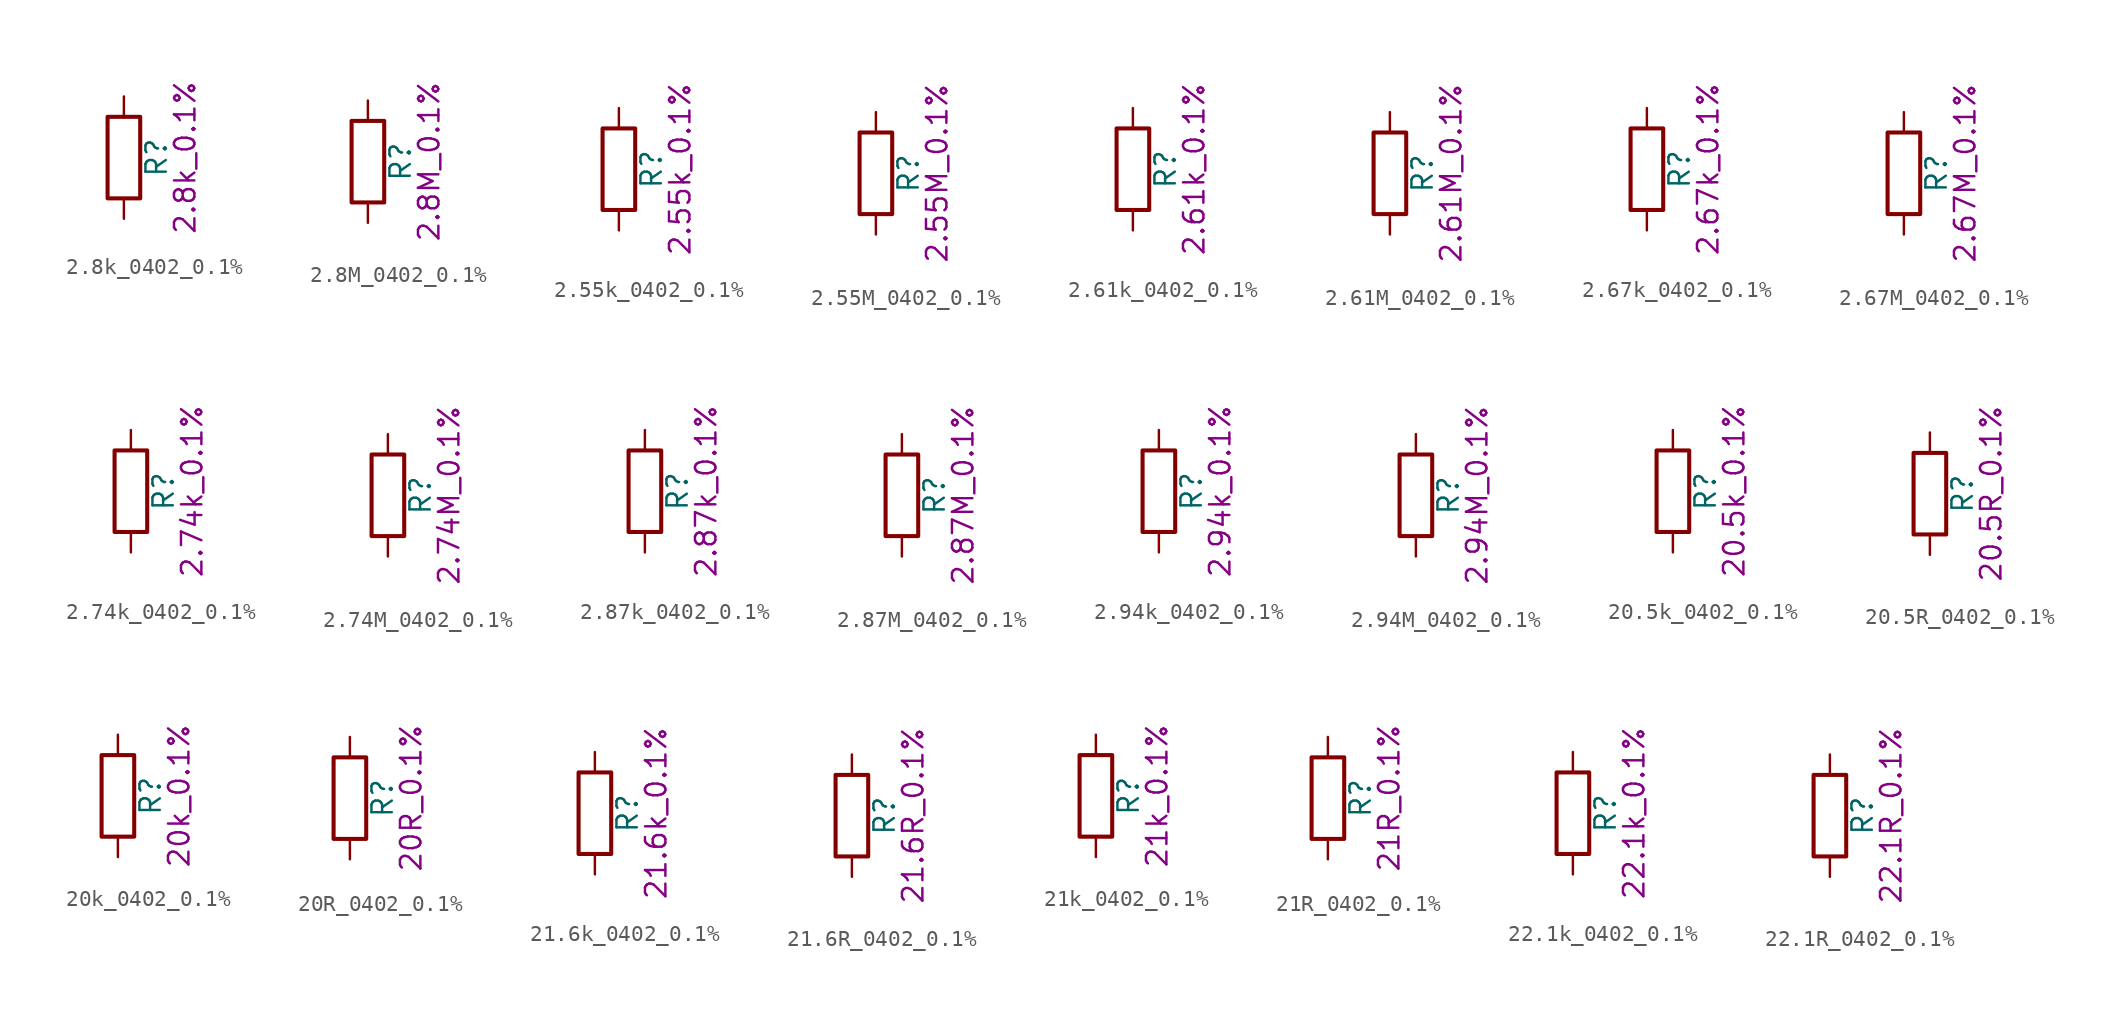
<source format=kicad_sym>
(kicad_symbol_lib
  (version 20211014)
  (generator kicad_symbol_editor)
  (symbol "2.8k_0402_0.1%"
    (pin_numbers hide)
    (pin_names
      (offset 0))
    (property "Reference" "R"
      (at 2.032 0 90)
      (effects (font (size 1.27 1.27))))
    (property "Display" "2.8k_0.1%"
      (at 3.81 0 90)
      (effects (font (size 1.27 1.27))))
    (symbol "2.8k_0402_0.1%_0_1"
      (rectangle (start -1.016 -2.54) (end 1.016 2.54) (stroke (width 0.254) (type default) (color 0 0 0 0)) (fill (type none))))
    (symbol "2.8k_0402_0.1%_1_1"
      (pin passive line (at 0 3.81 270) (length 1.27) (name "~" (effects (font (size 1.27 1.27)))) (number "1" (effects (font (size 1.27 1.27)))))
      (pin passive line (at 0 -3.81 90) (length 1.27) (name "~" (effects (font (size 1.27 1.27)))) (number "2" (effects (font (size 1.27 1.27)))))))
  (symbol "2.8M_0402_0.1%"
    (pin_numbers hide)
    (pin_names
      (offset 0))
    (property "Reference" "R"
      (at 2.032 0 90)
      (effects (font (size 1.27 1.27))))
    (property "Display" "2.8M_0.1%"
      (at 3.81 0 90)
      (effects (font (size 1.27 1.27))))
    (symbol "2.8M_0402_0.1%_0_1"
      (rectangle (start -1.016 -2.54) (end 1.016 2.54) (stroke (width 0.254) (type default) (color 0 0 0 0)) (fill (type none))))
    (symbol "2.8M_0402_0.1%_1_1"
      (pin passive line (at 0 3.81 270) (length 1.27) (name "~" (effects (font (size 1.27 1.27)))) (number "1" (effects (font (size 1.27 1.27)))))
      (pin passive line (at 0 -3.81 90) (length 1.27) (name "~" (effects (font (size 1.27 1.27)))) (number "2" (effects (font (size 1.27 1.27)))))))
  (symbol "2.55k_0402_0.1%"
    (pin_numbers hide)
    (pin_names
      (offset 0))
    (property "Reference" "R"
      (at 2.032 0 90)
      (effects (font (size 1.27 1.27))))
    (property "Display" "2.55k_0.1%"
      (at 3.81 0 90)
      (effects (font (size 1.27 1.27))))
    (symbol "2.55k_0402_0.1%_0_1"
      (rectangle (start -1.016 -2.54) (end 1.016 2.54) (stroke (width 0.254) (type default) (color 0 0 0 0)) (fill (type none))))
    (symbol "2.55k_0402_0.1%_1_1"
      (pin passive line (at 0 3.81 270) (length 1.27) (name "~" (effects (font (size 1.27 1.27)))) (number "1" (effects (font (size 1.27 1.27)))))
      (pin passive line (at 0 -3.81 90) (length 1.27) (name "~" (effects (font (size 1.27 1.27)))) (number "2" (effects (font (size 1.27 1.27)))))))
  (symbol "2.55M_0402_0.1%"
    (pin_numbers hide)
    (pin_names
      (offset 0))
    (property "Reference" "R"
      (at 2.032 0 90)
      (effects (font (size 1.27 1.27))))
    (property "Display" "2.55M_0.1%"
      (at 3.81 0 90)
      (effects (font (size 1.27 1.27))))
    (symbol "2.55M_0402_0.1%_0_1"
      (rectangle (start -1.016 -2.54) (end 1.016 2.54) (stroke (width 0.254) (type default) (color 0 0 0 0)) (fill (type none))))
    (symbol "2.55M_0402_0.1%_1_1"
      (pin passive line (at 0 3.81 270) (length 1.27) (name "~" (effects (font (size 1.27 1.27)))) (number "1" (effects (font (size 1.27 1.27)))))
      (pin passive line (at 0 -3.81 90) (length 1.27) (name "~" (effects (font (size 1.27 1.27)))) (number "2" (effects (font (size 1.27 1.27)))))))
  (symbol "2.61k_0402_0.1%"
    (pin_numbers hide)
    (pin_names
      (offset 0))
    (property "Reference" "R"
      (at 2.032 0 90)
      (effects (font (size 1.27 1.27))))
    (property "Display" "2.61k_0.1%"
      (at 3.81 0 90)
      (effects (font (size 1.27 1.27))))
    (symbol "2.61k_0402_0.1%_0_1"
      (rectangle (start -1.016 -2.54) (end 1.016 2.54) (stroke (width 0.254) (type default) (color 0 0 0 0)) (fill (type none))))
    (symbol "2.61k_0402_0.1%_1_1"
      (pin passive line (at 0 3.81 270) (length 1.27) (name "~" (effects (font (size 1.27 1.27)))) (number "1" (effects (font (size 1.27 1.27)))))
      (pin passive line (at 0 -3.81 90) (length 1.27) (name "~" (effects (font (size 1.27 1.27)))) (number "2" (effects (font (size 1.27 1.27)))))))
  (symbol "2.61M_0402_0.1%"
    (pin_numbers hide)
    (pin_names
      (offset 0))
    (property "Reference" "R"
      (at 2.032 0 90)
      (effects (font (size 1.27 1.27))))
    (property "Display" "2.61M_0.1%"
      (at 3.81 0 90)
      (effects (font (size 1.27 1.27))))
    (symbol "2.61M_0402_0.1%_0_1"
      (rectangle (start -1.016 -2.54) (end 1.016 2.54) (stroke (width 0.254) (type default) (color 0 0 0 0)) (fill (type none))))
    (symbol "2.61M_0402_0.1%_1_1"
      (pin passive line (at 0 3.81 270) (length 1.27) (name "~" (effects (font (size 1.27 1.27)))) (number "1" (effects (font (size 1.27 1.27)))))
      (pin passive line (at 0 -3.81 90) (length 1.27) (name "~" (effects (font (size 1.27 1.27)))) (number "2" (effects (font (size 1.27 1.27)))))))
  (symbol "2.67k_0402_0.1%"
    (pin_numbers hide)
    (pin_names
      (offset 0))
    (property "Reference" "R"
      (at 2.032 0 90)
      (effects (font (size 1.27 1.27))))
    (property "Display" "2.67k_0.1%"
      (at 3.81 0 90)
      (effects (font (size 1.27 1.27))))
    (symbol "2.67k_0402_0.1%_0_1"
      (rectangle (start -1.016 -2.54) (end 1.016 2.54) (stroke (width 0.254) (type default) (color 0 0 0 0)) (fill (type none))))
    (symbol "2.67k_0402_0.1%_1_1"
      (pin passive line (at 0 3.81 270) (length 1.27) (name "~" (effects (font (size 1.27 1.27)))) (number "1" (effects (font (size 1.27 1.27)))))
      (pin passive line (at 0 -3.81 90) (length 1.27) (name "~" (effects (font (size 1.27 1.27)))) (number "2" (effects (font (size 1.27 1.27)))))))
  (symbol "2.67M_0402_0.1%"
    (pin_numbers hide)
    (pin_names
      (offset 0))
    (property "Reference" "R"
      (at 2.032 0 90)
      (effects (font (size 1.27 1.27))))
    (property "Display" "2.67M_0.1%"
      (at 3.81 0 90)
      (effects (font (size 1.27 1.27))))
    (symbol "2.67M_0402_0.1%_0_1"
      (rectangle (start -1.016 -2.54) (end 1.016 2.54) (stroke (width 0.254) (type default) (color 0 0 0 0)) (fill (type none))))
    (symbol "2.67M_0402_0.1%_1_1"
      (pin passive line (at 0 3.81 270) (length 1.27) (name "~" (effects (font (size 1.27 1.27)))) (number "1" (effects (font (size 1.27 1.27)))))
      (pin passive line (at 0 -3.81 90) (length 1.27) (name "~" (effects (font (size 1.27 1.27)))) (number "2" (effects (font (size 1.27 1.27)))))))
  (symbol "2.74k_0402_0.1%"
    (pin_numbers hide)
    (pin_names
      (offset 0))
    (property "Reference" "R"
      (at 2.032 0 90)
      (effects (font (size 1.27 1.27))))
    (property "Display" "2.74k_0.1%"
      (at 3.81 0 90)
      (effects (font (size 1.27 1.27))))
    (symbol "2.74k_0402_0.1%_0_1"
      (rectangle (start -1.016 -2.54) (end 1.016 2.54) (stroke (width 0.254) (type default) (color 0 0 0 0)) (fill (type none))))
    (symbol "2.74k_0402_0.1%_1_1"
      (pin passive line (at 0 3.81 270) (length 1.27) (name "~" (effects (font (size 1.27 1.27)))) (number "1" (effects (font (size 1.27 1.27)))))
      (pin passive line (at 0 -3.81 90) (length 1.27) (name "~" (effects (font (size 1.27 1.27)))) (number "2" (effects (font (size 1.27 1.27)))))))
  (symbol "2.74M_0402_0.1%"
    (pin_numbers hide)
    (pin_names
      (offset 0))
    (property "Reference" "R"
      (at 2.032 0 90)
      (effects (font (size 1.27 1.27))))
    (property "Display" "2.74M_0.1%"
      (at 3.81 0 90)
      (effects (font (size 1.27 1.27))))
    (symbol "2.74M_0402_0.1%_0_1"
      (rectangle (start -1.016 -2.54) (end 1.016 2.54) (stroke (width 0.254) (type default) (color 0 0 0 0)) (fill (type none))))
    (symbol "2.74M_0402_0.1%_1_1"
      (pin passive line (at 0 3.81 270) (length 1.27) (name "~" (effects (font (size 1.27 1.27)))) (number "1" (effects (font (size 1.27 1.27)))))
      (pin passive line (at 0 -3.81 90) (length 1.27) (name "~" (effects (font (size 1.27 1.27)))) (number "2" (effects (font (size 1.27 1.27)))))))
  (symbol "2.87k_0402_0.1%"
    (pin_numbers hide)
    (pin_names
      (offset 0))
    (property "Reference" "R"
      (at 2.032 0 90)
      (effects (font (size 1.27 1.27))))
    (property "Display" "2.87k_0.1%"
      (at 3.81 0 90)
      (effects (font (size 1.27 1.27))))
    (symbol "2.87k_0402_0.1%_0_1"
      (rectangle (start -1.016 -2.54) (end 1.016 2.54) (stroke (width 0.254) (type default) (color 0 0 0 0)) (fill (type none))))
    (symbol "2.87k_0402_0.1%_1_1"
      (pin passive line (at 0 3.81 270) (length 1.27) (name "~" (effects (font (size 1.27 1.27)))) (number "1" (effects (font (size 1.27 1.27)))))
      (pin passive line (at 0 -3.81 90) (length 1.27) (name "~" (effects (font (size 1.27 1.27)))) (number "2" (effects (font (size 1.27 1.27)))))))
  (symbol "2.87M_0402_0.1%"
    (pin_numbers hide)
    (pin_names
      (offset 0))
    (property "Reference" "R"
      (at 2.032 0 90)
      (effects (font (size 1.27 1.27))))
    (property "Display" "2.87M_0.1%"
      (at 3.81 0 90)
      (effects (font (size 1.27 1.27))))
    (symbol "2.87M_0402_0.1%_0_1"
      (rectangle (start -1.016 -2.54) (end 1.016 2.54) (stroke (width 0.254) (type default) (color 0 0 0 0)) (fill (type none))))
    (symbol "2.87M_0402_0.1%_1_1"
      (pin passive line (at 0 3.81 270) (length 1.27) (name "~" (effects (font (size 1.27 1.27)))) (number "1" (effects (font (size 1.27 1.27)))))
      (pin passive line (at 0 -3.81 90) (length 1.27) (name "~" (effects (font (size 1.27 1.27)))) (number "2" (effects (font (size 1.27 1.27)))))))
  (symbol "2.94k_0402_0.1%"
    (pin_numbers hide)
    (pin_names
      (offset 0))
    (property "Reference" "R"
      (at 2.032 0 90)
      (effects (font (size 1.27 1.27))))
    (property "Display" "2.94k_0.1%"
      (at 3.81 0 90)
      (effects (font (size 1.27 1.27))))
    (symbol "2.94k_0402_0.1%_0_1"
      (rectangle (start -1.016 -2.54) (end 1.016 2.54) (stroke (width 0.254) (type default) (color 0 0 0 0)) (fill (type none))))
    (symbol "2.94k_0402_0.1%_1_1"
      (pin passive line (at 0 3.81 270) (length 1.27) (name "~" (effects (font (size 1.27 1.27)))) (number "1" (effects (font (size 1.27 1.27)))))
      (pin passive line (at 0 -3.81 90) (length 1.27) (name "~" (effects (font (size 1.27 1.27)))) (number "2" (effects (font (size 1.27 1.27)))))))
  (symbol "2.94M_0402_0.1%"
    (pin_numbers hide)
    (pin_names
      (offset 0))
    (property "Reference" "R"
      (at 2.032 0 90)
      (effects (font (size 1.27 1.27))))
    (property "Display" "2.94M_0.1%"
      (at 3.81 0 90)
      (effects (font (size 1.27 1.27))))
    (symbol "2.94M_0402_0.1%_0_1"
      (rectangle (start -1.016 -2.54) (end 1.016 2.54) (stroke (width 0.254) (type default) (color 0 0 0 0)) (fill (type none))))
    (symbol "2.94M_0402_0.1%_1_1"
      (pin passive line (at 0 3.81 270) (length 1.27) (name "~" (effects (font (size 1.27 1.27)))) (number "1" (effects (font (size 1.27 1.27)))))
      (pin passive line (at 0 -3.81 90) (length 1.27) (name "~" (effects (font (size 1.27 1.27)))) (number "2" (effects (font (size 1.27 1.27)))))))
  (symbol "20.5k_0402_0.1%"
    (pin_numbers hide)
    (pin_names
      (offset 0))
    (property "Reference" "R"
      (at 2.032 0 90)
      (effects (font (size 1.27 1.27))))
    (property "Display" "20.5k_0.1%"
      (at 3.81 0 90)
      (effects (font (size 1.27 1.27))))
    (symbol "20.5k_0402_0.1%_0_1"
      (rectangle (start -1.016 -2.54) (end 1.016 2.54) (stroke (width 0.254) (type default) (color 0 0 0 0)) (fill (type none))))
    (symbol "20.5k_0402_0.1%_1_1"
      (pin passive line (at 0 3.81 270) (length 1.27) (name "~" (effects (font (size 1.27 1.27)))) (number "1" (effects (font (size 1.27 1.27)))))
      (pin passive line (at 0 -3.81 90) (length 1.27) (name "~" (effects (font (size 1.27 1.27)))) (number "2" (effects (font (size 1.27 1.27)))))))
  (symbol "20.5R_0402_0.1%"
    (pin_numbers hide)
    (pin_names
      (offset 0))
    (property "Reference" "R"
      (at 2.032 0 90)
      (effects (font (size 1.27 1.27))))
    (property "Display" "20.5R_0.1%"
      (at 3.81 0 90)
      (effects (font (size 1.27 1.27))))
    (symbol "20.5R_0402_0.1%_0_1"
      (rectangle (start -1.016 -2.54) (end 1.016 2.54) (stroke (width 0.254) (type default) (color 0 0 0 0)) (fill (type none))))
    (symbol "20.5R_0402_0.1%_1_1"
      (pin passive line (at 0 3.81 270) (length 1.27) (name "~" (effects (font (size 1.27 1.27)))) (number "1" (effects (font (size 1.27 1.27)))))
      (pin passive line (at 0 -3.81 90) (length 1.27) (name "~" (effects (font (size 1.27 1.27)))) (number "2" (effects (font (size 1.27 1.27)))))))
  (symbol "20k_0402_0.1%"
    (pin_numbers hide)
    (pin_names
      (offset 0))
    (property "Reference" "R"
      (at 2.032 0 90)
      (effects (font (size 1.27 1.27))))
    (property "Display" "20k_0.1%"
      (at 3.81 0 90)
      (effects (font (size 1.27 1.27))))
    (symbol "20k_0402_0.1%_0_1"
      (rectangle (start -1.016 -2.54) (end 1.016 2.54) (stroke (width 0.254) (type default) (color 0 0 0 0)) (fill (type none))))
    (symbol "20k_0402_0.1%_1_1"
      (pin passive line (at 0 3.81 270) (length 1.27) (name "~" (effects (font (size 1.27 1.27)))) (number "1" (effects (font (size 1.27 1.27)))))
      (pin passive line (at 0 -3.81 90) (length 1.27) (name "~" (effects (font (size 1.27 1.27)))) (number "2" (effects (font (size 1.27 1.27)))))))
  (symbol "20R_0402_0.1%"
    (pin_numbers hide)
    (pin_names
      (offset 0))
    (property "Reference" "R"
      (at 2.032 0 90)
      (effects (font (size 1.27 1.27))))
    (property "Display" "20R_0.1%"
      (at 3.81 0 90)
      (effects (font (size 1.27 1.27))))
    (symbol "20R_0402_0.1%_0_1"
      (rectangle (start -1.016 -2.54) (end 1.016 2.54) (stroke (width 0.254) (type default) (color 0 0 0 0)) (fill (type none))))
    (symbol "20R_0402_0.1%_1_1"
      (pin passive line (at 0 3.81 270) (length 1.27) (name "~" (effects (font (size 1.27 1.27)))) (number "1" (effects (font (size 1.27 1.27)))))
      (pin passive line (at 0 -3.81 90) (length 1.27) (name "~" (effects (font (size 1.27 1.27)))) (number "2" (effects (font (size 1.27 1.27)))))))
  (symbol "21.6k_0402_0.1%"
    (pin_numbers hide)
    (pin_names
      (offset 0))
    (property "Reference" "R"
      (at 2.032 0 90)
      (effects (font (size 1.27 1.27))))
    (property "Display" "21.6k_0.1%"
      (at 3.81 0 90)
      (effects (font (size 1.27 1.27))))
    (symbol "21.6k_0402_0.1%_0_1"
      (rectangle (start -1.016 -2.54) (end 1.016 2.54) (stroke (width 0.254) (type default) (color 0 0 0 0)) (fill (type none))))
    (symbol "21.6k_0402_0.1%_1_1"
      (pin passive line (at 0 3.81 270) (length 1.27) (name "~" (effects (font (size 1.27 1.27)))) (number "1" (effects (font (size 1.27 1.27)))))
      (pin passive line (at 0 -3.81 90) (length 1.27) (name "~" (effects (font (size 1.27 1.27)))) (number "2" (effects (font (size 1.27 1.27)))))))
  (symbol "21.6R_0402_0.1%"
    (pin_numbers hide)
    (pin_names
      (offset 0))
    (property "Reference" "R"
      (at 2.032 0 90)
      (effects (font (size 1.27 1.27))))
    (property "Display" "21.6R_0.1%"
      (at 3.81 0 90)
      (effects (font (size 1.27 1.27))))
    (symbol "21.6R_0402_0.1%_0_1"
      (rectangle (start -1.016 -2.54) (end 1.016 2.54) (stroke (width 0.254) (type default) (color 0 0 0 0)) (fill (type none))))
    (symbol "21.6R_0402_0.1%_1_1"
      (pin passive line (at 0 3.81 270) (length 1.27) (name "~" (effects (font (size 1.27 1.27)))) (number "1" (effects (font (size 1.27 1.27)))))
      (pin passive line (at 0 -3.81 90) (length 1.27) (name "~" (effects (font (size 1.27 1.27)))) (number "2" (effects (font (size 1.27 1.27)))))))
  (symbol "21k_0402_0.1%"
    (pin_numbers hide)
    (pin_names
      (offset 0))
    (property "Reference" "R"
      (at 2.032 0 90)
      (effects (font (size 1.27 1.27))))
    (property "Display" "21k_0.1%"
      (at 3.81 0 90)
      (effects (font (size 1.27 1.27))))
    (symbol "21k_0402_0.1%_0_1"
      (rectangle (start -1.016 -2.54) (end 1.016 2.54) (stroke (width 0.254) (type default) (color 0 0 0 0)) (fill (type none))))
    (symbol "21k_0402_0.1%_1_1"
      (pin passive line (at 0 3.81 270) (length 1.27) (name "~" (effects (font (size 1.27 1.27)))) (number "1" (effects (font (size 1.27 1.27)))))
      (pin passive line (at 0 -3.81 90) (length 1.27) (name "~" (effects (font (size 1.27 1.27)))) (number "2" (effects (font (size 1.27 1.27)))))))
  (symbol "21R_0402_0.1%"
    (pin_numbers hide)
    (pin_names
      (offset 0))
    (property "Reference" "R"
      (at 2.032 0 90)
      (effects (font (size 1.27 1.27))))
    (property "Display" "21R_0.1%"
      (at 3.81 0 90)
      (effects (font (size 1.27 1.27))))
    (symbol "21R_0402_0.1%_0_1"
      (rectangle (start -1.016 -2.54) (end 1.016 2.54) (stroke (width 0.254) (type default) (color 0 0 0 0)) (fill (type none))))
    (symbol "21R_0402_0.1%_1_1"
      (pin passive line (at 0 3.81 270) (length 1.27) (name "~" (effects (font (size 1.27 1.27)))) (number "1" (effects (font (size 1.27 1.27)))))
      (pin passive line (at 0 -3.81 90) (length 1.27) (name "~" (effects (font (size 1.27 1.27)))) (number "2" (effects (font (size 1.27 1.27)))))))
  (symbol "22.1k_0402_0.1%"
    (pin_numbers hide)
    (pin_names
      (offset 0))
    (property "Reference" "R"
      (at 2.032 0 90)
      (effects (font (size 1.27 1.27))))
    (property "Display" "22.1k_0.1%"
      (at 3.81 0 90)
      (effects (font (size 1.27 1.27))))
    (symbol "22.1k_0402_0.1%_0_1"
      (rectangle (start -1.016 -2.54) (end 1.016 2.54) (stroke (width 0.254) (type default) (color 0 0 0 0)) (fill (type none))))
    (symbol "22.1k_0402_0.1%_1_1"
      (pin passive line (at 0 3.81 270) (length 1.27) (name "~" (effects (font (size 1.27 1.27)))) (number "1" (effects (font (size 1.27 1.27)))))
      (pin passive line (at 0 -3.81 90) (length 1.27) (name "~" (effects (font (size 1.27 1.27)))) (number "2" (effects (font (size 1.27 1.27)))))))
  (symbol "22.1R_0402_0.1%"
    (pin_numbers hide)
    (pin_names
      (offset 0))
    (property "Reference" "R"
      (at 2.032 0 90)
      (effects (font (size 1.27 1.27))))
    (property "Display" "22.1R_0.1%"
      (at 3.81 0 90)
      (effects (font (size 1.27 1.27))))
    (symbol "22.1R_0402_0.1%_0_1"
      (rectangle (start -1.016 -2.54) (end 1.016 2.54) (stroke (width 0.254) (type default) (color 0 0 0 0)) (fill (type none))))
    (symbol "22.1R_0402_0.1%_1_1"
      (pin passive line (at 0 3.81 270) (length 1.27) (name "~" (effects (font (size 1.27 1.27)))) (number "1" (effects (font (size 1.27 1.27)))))
      (pin passive line (at 0 -3.81 90) (length 1.27) (name "~" (effects (font (size 1.27 1.27)))) (number "2" (effects (font (size 1.27 1.27))))))))
</source>
